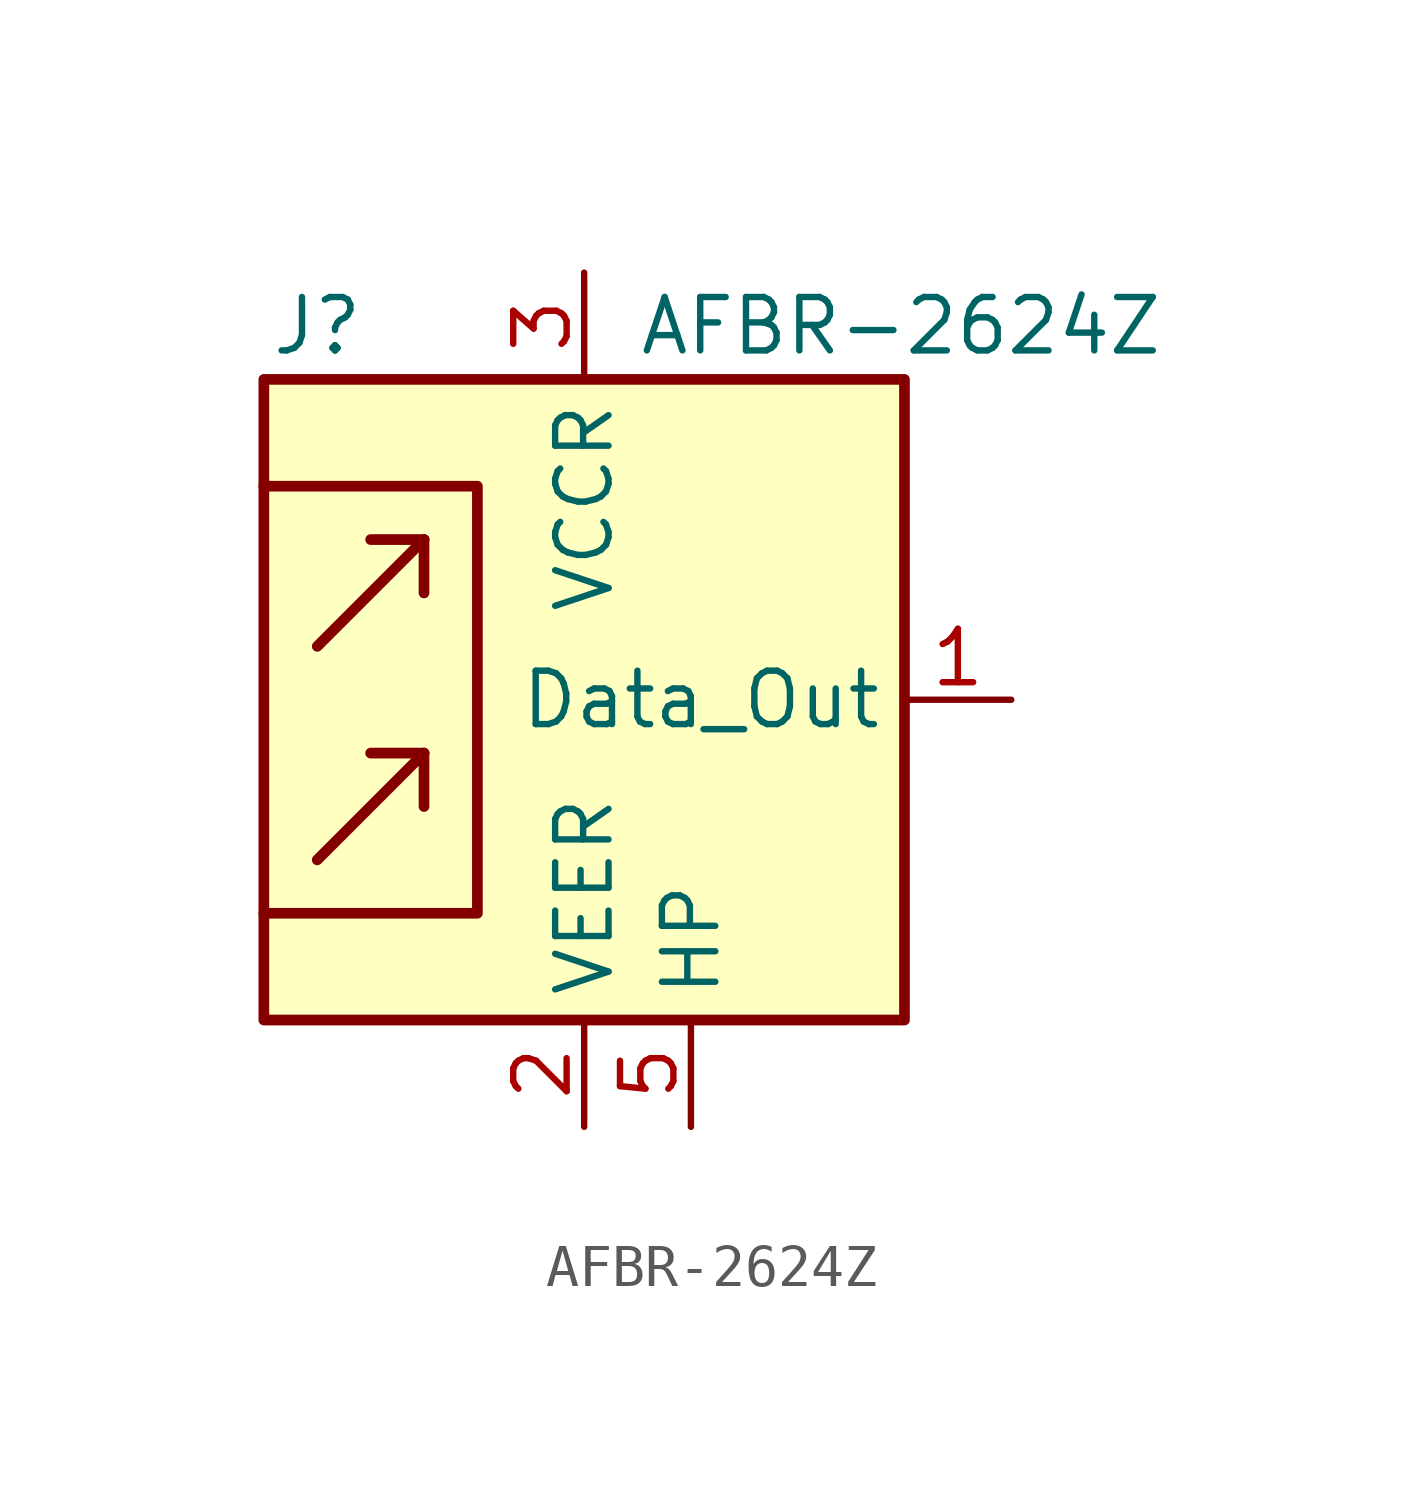
<source format=kicad_sym>
(kicad_symbol_lib
  (version 20201005)
  (generator kicad_symbol_editor)
  (symbol "AFBR-2624Z"
    (property "Reference" "J"
      (at -6.35 8.89 0)
      (effects (font (size 1.27 1.27))))
    (property "Value" "AFBR-2624Z"
      (at 1.27 8.89 0)
      (effects (font (size 1.27 1.27)) (justify left)))
    (symbol "AFBR-2624Z_0_1"
      (rectangle (start -7.62 7.62) (end 7.62 -7.62) (stroke (width 0.254)) (fill (type background)))
      (polyline (pts (xy -3.81 -1.27) (xy -6.35 -3.81)) (stroke (width 0.254)) (fill (type none)))
      (polyline (pts (xy -3.81 -1.27) (xy -5.08 -1.27)) (stroke (width 0.254)) (fill (type none)))
      (polyline (pts (xy -3.81 -1.27) (xy -3.81 -2.54)) (stroke (width 0.254)) (fill (type none)))
      (polyline (pts (xy -3.81 3.81) (xy -6.35 1.27)) (stroke (width 0.254)) (fill (type none)))
      (polyline (pts (xy -3.81 3.81) (xy -5.08 3.81)) (stroke (width 0.254)) (fill (type none)))
      (polyline (pts (xy -3.81 3.81) (xy -3.81 2.54)) (stroke (width 0.254)) (fill (type none)))
      (polyline (pts (xy -7.62 5.08) (xy -2.54 5.08) (xy -2.54 -5.08) (xy -7.62 -5.08)) (stroke (width 0.254)) (fill (type none))))
    (symbol "AFBR-2624Z_1_1"
      (pin output line (at 10.16 0 180) (length 2.54) (name "Data_Out" (effects (font (size 1.27 1.27)))) (number "1" (effects (font (size 1.27 1.27)))))
      (pin power_in line (at 0 -10.16 90) (length 2.54) (name "VEER" (effects (font (size 1.27 1.27)))) (number "2" (effects (font (size 1.27 1.27)))))
      (pin power_in line (at 0 10.16 270) (length 2.54) (name "VCCR" (effects (font (size 1.27 1.27)))) (number "3" (effects (font (size 1.27 1.27)))))
      (pin no_connect line (at 7.62 5.08 180) (length 2.54) hide (name "NC" (effects (font (size 1.27 1.27)))) (number "4" (effects (font (size 1.27 1.27)))))
      (pin passive line (at 2.54 -10.16 90) (length 2.54) (name "HP" (effects (font (size 1.27 1.27)))) (number "5" (effects (font (size 1.27 1.27)))))
      (pin passive line (at 2.54 -10.16 90) (length 2.54) hide (name "HP" (effects (font (size 1.27 1.27)))) (number "8" (effects (font (size 1.27 1.27))))))))
</source>
